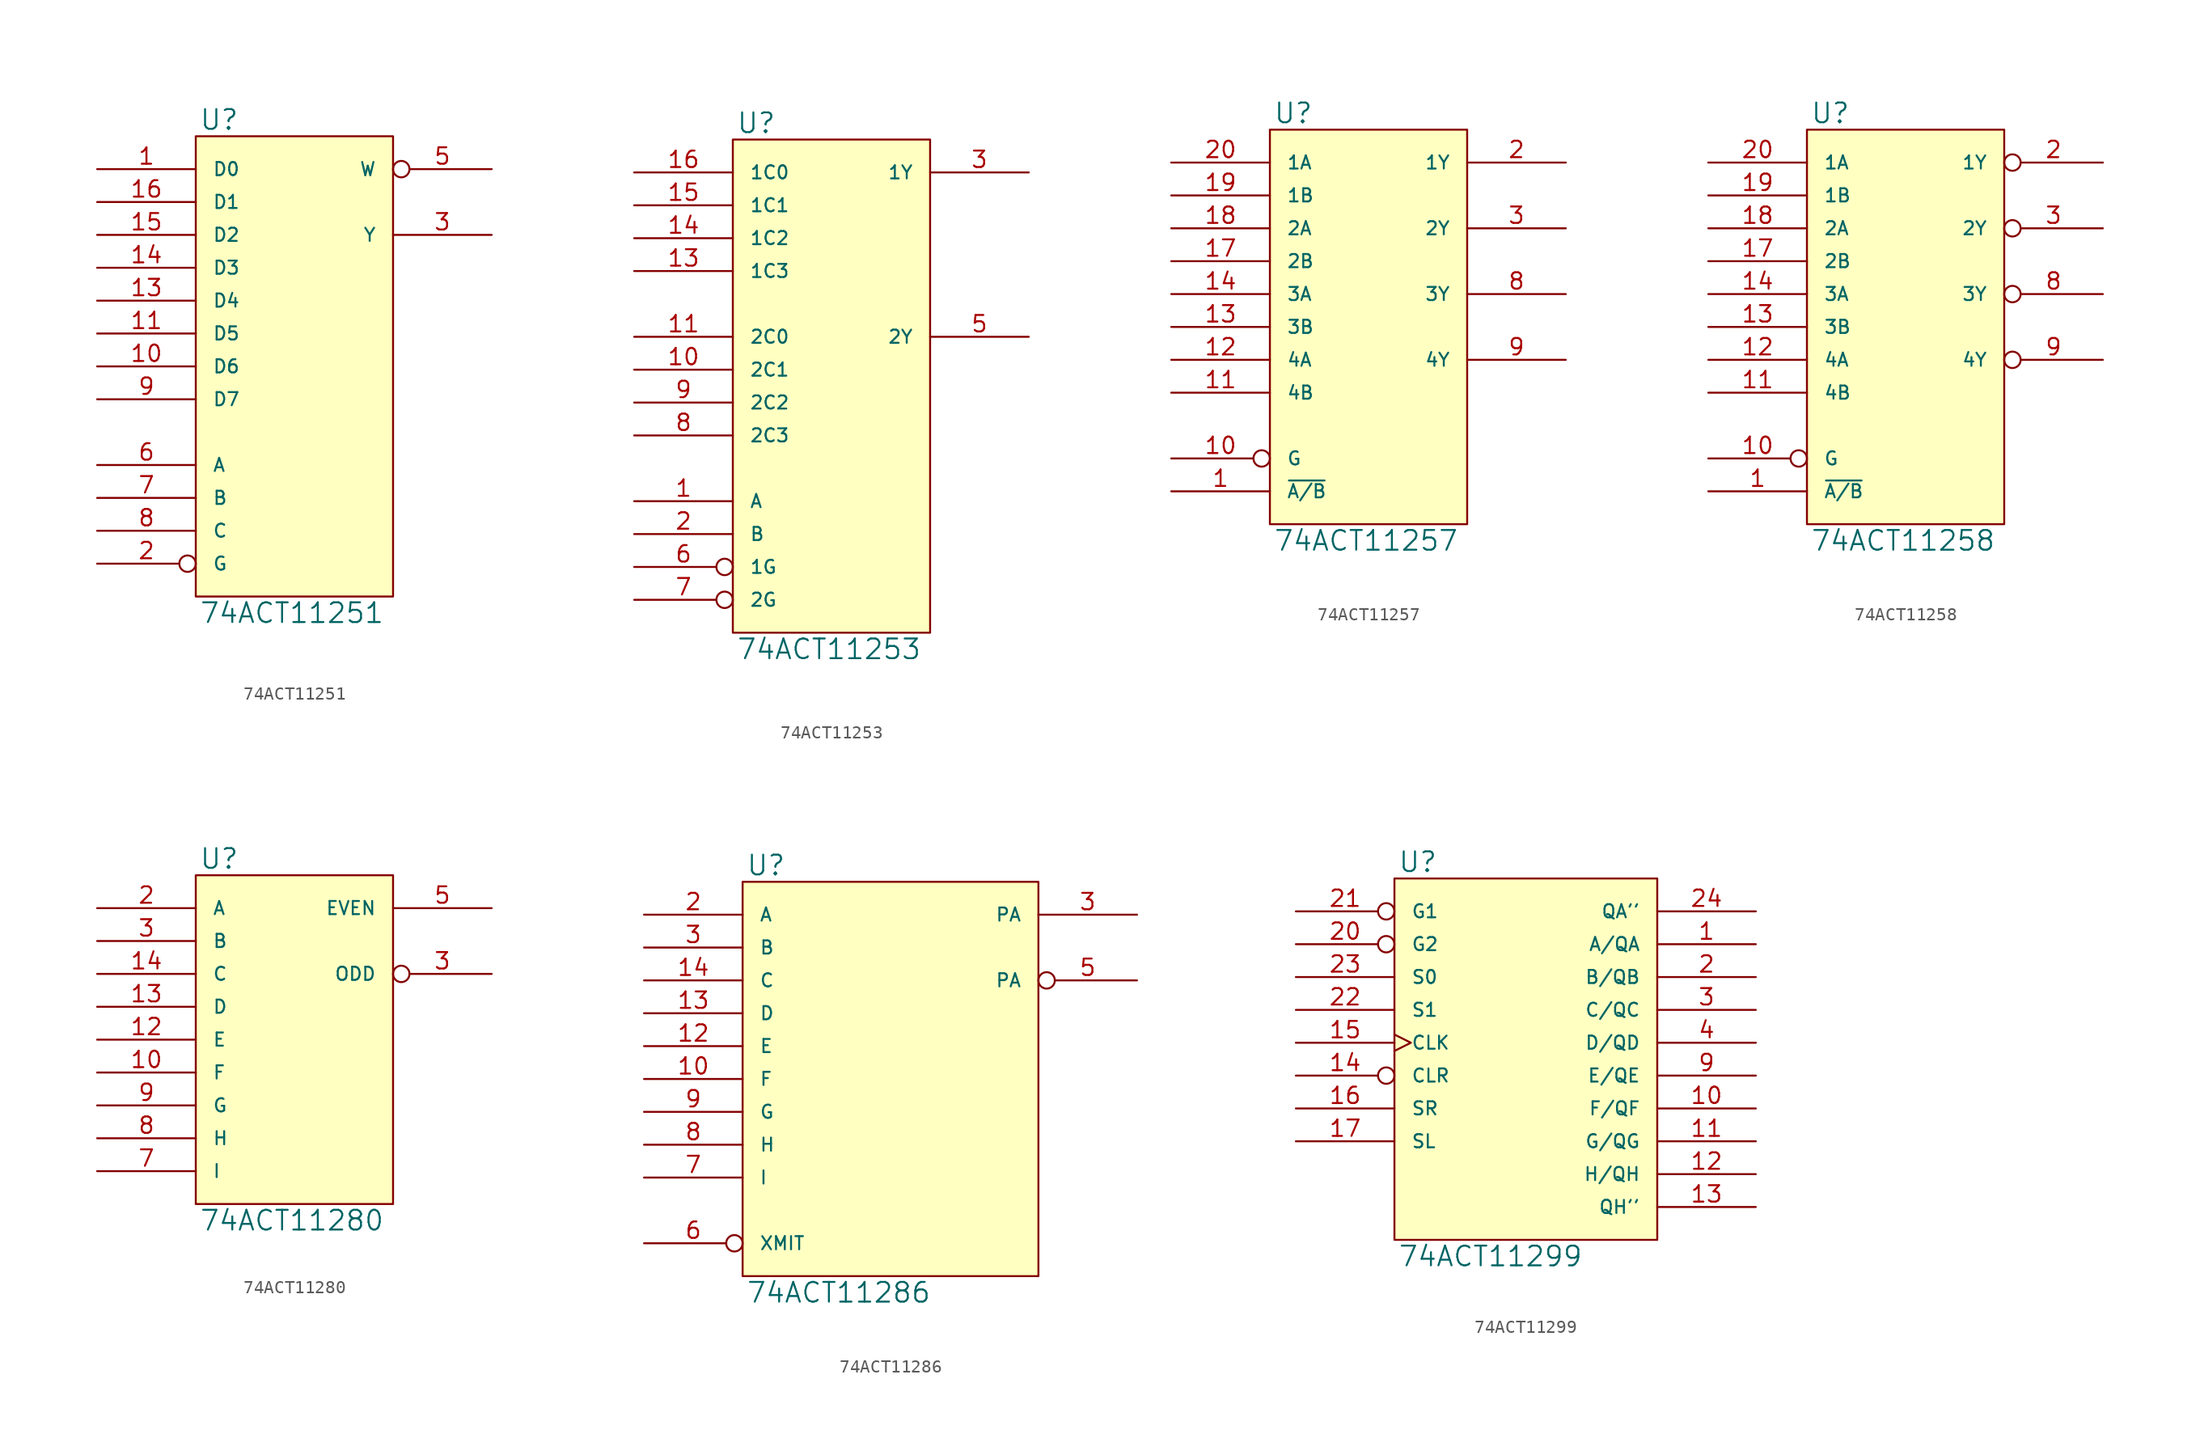
<source format=kicad_sym>
(kicad_symbol_lib
  (version 20231120)
  (generator "kicad_symbol_editor")
  (generator_version "8.0")
  (symbol "74ACT11251"
    (pin_names
      (offset 1.27))
    (property "Reference" "U"
      (at 0.254 0.381 0)
      (effects (font (size 1.524 1.524)) (justify left bottom)))
    (property "Value" "74ACT11251"
      (at 0.254 -35.941 0)
      (effects (font (size 1.524 1.524)) (justify left top)))
    (symbol "74ACT11251_0_1"
      (rectangle (start 0 0) (end 15.24 -35.56) (stroke (width 0) (type solid)) (fill (type background))))
    (symbol "74ACT11251_1_1"
      (pin input line (at -7.62 -2.54 0) (length 7.62) (name "D0" (effects (font (size 1.016 1.016)))) (number "1" (effects (font (size 1.27 1.27)))))
      (pin input line (at -7.62 -17.78 0) (length 7.62) (name "D6" (effects (font (size 1.016 1.016)))) (number "10" (effects (font (size 1.27 1.27)))))
      (pin input line (at -7.62 -15.24 0) (length 7.62) (name "D5" (effects (font (size 1.016 1.016)))) (number "11" (effects (font (size 1.27 1.27)))))
      (pin power_in line (at 0 0 270) (length 0) hide (name "VCC" (effects (font (size 1.016 1.016)))) (number "12" (effects (font (size 1.27 1.27)))))
      (pin input line (at -7.62 -12.7 0) (length 7.62) (name "D4" (effects (font (size 1.016 1.016)))) (number "13" (effects (font (size 1.27 1.27)))))
      (pin input line (at -7.62 -10.16 0) (length 7.62) (name "D3" (effects (font (size 1.016 1.016)))) (number "14" (effects (font (size 1.27 1.27)))))
      (pin input line (at -7.62 -7.62 0) (length 7.62) (name "D2" (effects (font (size 1.016 1.016)))) (number "15" (effects (font (size 1.27 1.27)))))
      (pin input line (at -7.62 -5.08 0) (length 7.62) (name "D1" (effects (font (size 1.016 1.016)))) (number "16" (effects (font (size 1.27 1.27)))))
      (pin input inverted (at -7.62 -33.02 0) (length 7.62) (name "G" (effects (font (size 1.016 1.016)))) (number "2" (effects (font (size 1.27 1.27)))))
      (pin tri_state line (at 22.86 -7.62 180) (length 7.62) (name "Y" (effects (font (size 1.016 1.016)))) (number "3" (effects (font (size 1.27 1.27)))))
      (pin power_in line (at 0 -35.56 90) (length 0) hide (name "GND" (effects (font (size 1.016 1.016)))) (number "4" (effects (font (size 1.27 1.27)))))
      (pin tri_state inverted (at 22.86 -2.54 180) (length 7.62) (name "W" (effects (font (size 1.016 1.016)))) (number "5" (effects (font (size 1.27 1.27)))))
      (pin input line (at -7.62 -25.4 0) (length 7.62) (name "A" (effects (font (size 1.016 1.016)))) (number "6" (effects (font (size 1.27 1.27)))))
      (pin input line (at -7.62 -27.94 0) (length 7.62) (name "B" (effects (font (size 1.016 1.016)))) (number "7" (effects (font (size 1.27 1.27)))))
      (pin input line (at -7.62 -30.48 0) (length 7.62) (name "C" (effects (font (size 1.016 1.016)))) (number "8" (effects (font (size 1.27 1.27)))))
      (pin input line (at -7.62 -20.32 0) (length 7.62) (name "D7" (effects (font (size 1.016 1.016)))) (number "9" (effects (font (size 1.27 1.27)))))))
  (symbol "74ACT11253"
    (pin_names
      (offset 1.27))
    (property "Reference" "U"
      (at 0.254 0.381 0)
      (effects (font (size 1.524 1.524)) (justify left bottom)))
    (property "Value" "74ACT11253"
      (at 0.254 -38.481 0)
      (effects (font (size 1.524 1.524)) (justify left top)))
    (symbol "74ACT11253_0_1"
      (rectangle (start 0 0) (end 15.24 -38.1) (stroke (width 0) (type solid)) (fill (type background))))
    (symbol "74ACT11253_1_1"
      (pin input line (at -7.62 -27.94 0) (length 7.62) (name "A" (effects (font (size 1.016 1.016)))) (number "1" (effects (font (size 1.27 1.27)))))
      (pin input line (at -7.62 -17.78 0) (length 7.62) (name "2C1" (effects (font (size 1.016 1.016)))) (number "10" (effects (font (size 1.27 1.27)))))
      (pin input line (at -7.62 -15.24 0) (length 7.62) (name "2C0" (effects (font (size 1.016 1.016)))) (number "11" (effects (font (size 1.27 1.27)))))
      (pin power_in line (at 0 0 270) (length 0) hide (name "VCC" (effects (font (size 1.016 1.016)))) (number "12" (effects (font (size 1.27 1.27)))))
      (pin input line (at -7.62 -10.16 0) (length 7.62) (name "1C3" (effects (font (size 1.016 1.016)))) (number "13" (effects (font (size 1.27 1.27)))))
      (pin input line (at -7.62 -7.62 0) (length 7.62) (name "1C2" (effects (font (size 1.016 1.016)))) (number "14" (effects (font (size 1.27 1.27)))))
      (pin input line (at -7.62 -5.08 0) (length 7.62) (name "1C1" (effects (font (size 1.016 1.016)))) (number "15" (effects (font (size 1.27 1.27)))))
      (pin input line (at -7.62 -2.54 0) (length 7.62) (name "1C0" (effects (font (size 1.016 1.016)))) (number "16" (effects (font (size 1.27 1.27)))))
      (pin input line (at -7.62 -30.48 0) (length 7.62) (name "B" (effects (font (size 1.016 1.016)))) (number "2" (effects (font (size 1.27 1.27)))))
      (pin tri_state line (at 22.86 -2.54 180) (length 7.62) (name "1Y" (effects (font (size 1.016 1.016)))) (number "3" (effects (font (size 1.27 1.27)))))
      (pin power_in line (at 0 -38.1 90) (length 0) hide (name "GND" (effects (font (size 1.016 1.016)))) (number "4" (effects (font (size 1.27 1.27)))))
      (pin tri_state line (at 22.86 -15.24 180) (length 7.62) (name "2Y" (effects (font (size 1.016 1.016)))) (number "5" (effects (font (size 1.27 1.27)))))
      (pin input inverted (at -7.62 -33.02 0) (length 7.62) (name "1G" (effects (font (size 1.016 1.016)))) (number "6" (effects (font (size 1.27 1.27)))))
      (pin input inverted (at -7.62 -35.56 0) (length 7.62) (name "2G" (effects (font (size 1.016 1.016)))) (number "7" (effects (font (size 1.27 1.27)))))
      (pin input line (at -7.62 -22.86 0) (length 7.62) (name "2C3" (effects (font (size 1.016 1.016)))) (number "8" (effects (font (size 1.27 1.27)))))
      (pin input line (at -7.62 -20.32 0) (length 7.62) (name "2C2" (effects (font (size 1.016 1.016)))) (number "9" (effects (font (size 1.27 1.27)))))))
  (symbol "74ACT11257"
    (pin_names
      (offset 1.27))
    (property "Reference" "U"
      (at 0.254 0.381 0)
      (effects (font (size 1.524 1.524)) (justify left bottom)))
    (property "Value" "74ACT11257"
      (at 0.254 -30.861 0)
      (effects (font (size 1.524 1.524)) (justify left top)))
    (symbol "74ACT11257_0_1"
      (rectangle (start 0 0) (end 15.24 -30.48) (stroke (width 0) (type solid)) (fill (type background))))
    (symbol "74ACT11257_1_1"
      (pin input line (at -7.62 -27.94 0) (length 7.62) (name "~{A/B}" (effects (font (size 1.016 1.016)))) (number "1" (effects (font (size 1.27 1.27)))))
      (pin input inverted (at -7.62 -25.4 0) (length 7.62) (name "G" (effects (font (size 1.016 1.016)))) (number "10" (effects (font (size 1.27 1.27)))))
      (pin input line (at -7.62 -20.32 0) (length 7.62) (name "4B" (effects (font (size 1.016 1.016)))) (number "11" (effects (font (size 1.27 1.27)))))
      (pin input line (at -7.62 -17.78 0) (length 7.62) (name "4A" (effects (font (size 1.016 1.016)))) (number "12" (effects (font (size 1.27 1.27)))))
      (pin input line (at -7.62 -15.24 0) (length 7.62) (name "3B" (effects (font (size 1.016 1.016)))) (number "13" (effects (font (size 1.27 1.27)))))
      (pin input line (at -7.62 -12.7 0) (length 7.62) (name "3A" (effects (font (size 1.016 1.016)))) (number "14" (effects (font (size 1.27 1.27)))))
      (pin power_in line (at 2.54 0 270) (length 0) hide (name "VCC" (effects (font (size 1.016 1.016)))) (number "15" (effects (font (size 1.27 1.27)))))
      (pin power_in line (at 0 0 270) (length 0) hide (name "VCC" (effects (font (size 1.016 1.016)))) (number "16" (effects (font (size 1.27 1.27)))))
      (pin input line (at -7.62 -10.16 0) (length 7.62) (name "2B" (effects (font (size 1.016 1.016)))) (number "17" (effects (font (size 1.27 1.27)))))
      (pin input line (at -7.62 -7.62 0) (length 7.62) (name "2A" (effects (font (size 1.016 1.016)))) (number "18" (effects (font (size 1.27 1.27)))))
      (pin input line (at -7.62 -5.08 0) (length 7.62) (name "1B" (effects (font (size 1.016 1.016)))) (number "19" (effects (font (size 1.27 1.27)))))
      (pin tri_state line (at 22.86 -2.54 180) (length 7.62) (name "1Y" (effects (font (size 1.016 1.016)))) (number "2" (effects (font (size 1.27 1.27)))))
      (pin input line (at -7.62 -2.54 0) (length 7.62) (name "1A" (effects (font (size 1.016 1.016)))) (number "20" (effects (font (size 1.27 1.27)))))
      (pin tri_state line (at 22.86 -7.62 180) (length 7.62) (name "2Y" (effects (font (size 1.016 1.016)))) (number "3" (effects (font (size 1.27 1.27)))))
      (pin power_in line (at 0 -30.48 90) (length 0) hide (name "GND" (effects (font (size 1.016 1.016)))) (number "4" (effects (font (size 1.27 1.27)))))
      (pin power_in line (at 2.54 -30.48 90) (length 0) hide (name "GND" (effects (font (size 1.016 1.016)))) (number "5" (effects (font (size 1.27 1.27)))))
      (pin power_in line (at 5.08 -30.48 90) (length 0) hide (name "GND" (effects (font (size 1.016 1.016)))) (number "6" (effects (font (size 1.27 1.27)))))
      (pin power_in line (at 7.62 -30.48 90) (length 0) hide (name "GND" (effects (font (size 1.016 1.016)))) (number "7" (effects (font (size 1.27 1.27)))))
      (pin tri_state line (at 22.86 -12.7 180) (length 7.62) (name "3Y" (effects (font (size 1.016 1.016)))) (number "8" (effects (font (size 1.27 1.27)))))
      (pin tri_state line (at 22.86 -17.78 180) (length 7.62) (name "4Y" (effects (font (size 1.016 1.016)))) (number "9" (effects (font (size 1.27 1.27)))))))
  (symbol "74ACT11258"
    (pin_names
      (offset 1.27))
    (property "Reference" "U"
      (at 0.254 0.381 0)
      (effects (font (size 1.524 1.524)) (justify left bottom)))
    (property "Value" "74ACT11258"
      (at 0.254 -30.861 0)
      (effects (font (size 1.524 1.524)) (justify left top)))
    (symbol "74ACT11258_0_1"
      (rectangle (start 0 0) (end 15.24 -30.48) (stroke (width 0) (type solid)) (fill (type background))))
    (symbol "74ACT11258_1_1"
      (pin input line (at -7.62 -27.94 0) (length 7.62) (name "~{A/B}" (effects (font (size 1.016 1.016)))) (number "1" (effects (font (size 1.27 1.27)))))
      (pin input inverted (at -7.62 -25.4 0) (length 7.62) (name "G" (effects (font (size 1.016 1.016)))) (number "10" (effects (font (size 1.27 1.27)))))
      (pin input line (at -7.62 -20.32 0) (length 7.62) (name "4B" (effects (font (size 1.016 1.016)))) (number "11" (effects (font (size 1.27 1.27)))))
      (pin input line (at -7.62 -17.78 0) (length 7.62) (name "4A" (effects (font (size 1.016 1.016)))) (number "12" (effects (font (size 1.27 1.27)))))
      (pin input line (at -7.62 -15.24 0) (length 7.62) (name "3B" (effects (font (size 1.016 1.016)))) (number "13" (effects (font (size 1.27 1.27)))))
      (pin input line (at -7.62 -12.7 0) (length 7.62) (name "3A" (effects (font (size 1.016 1.016)))) (number "14" (effects (font (size 1.27 1.27)))))
      (pin power_in line (at 2.54 0 270) (length 0) hide (name "VCC" (effects (font (size 1.016 1.016)))) (number "15" (effects (font (size 1.27 1.27)))))
      (pin power_in line (at 0 0 270) (length 0) hide (name "VCC" (effects (font (size 1.016 1.016)))) (number "16" (effects (font (size 1.27 1.27)))))
      (pin input line (at -7.62 -10.16 0) (length 7.62) (name "2B" (effects (font (size 1.016 1.016)))) (number "17" (effects (font (size 1.27 1.27)))))
      (pin input line (at -7.62 -7.62 0) (length 7.62) (name "2A" (effects (font (size 1.016 1.016)))) (number "18" (effects (font (size 1.27 1.27)))))
      (pin input line (at -7.62 -5.08 0) (length 7.62) (name "1B" (effects (font (size 1.016 1.016)))) (number "19" (effects (font (size 1.27 1.27)))))
      (pin tri_state inverted (at 22.86 -2.54 180) (length 7.62) (name "1Y" (effects (font (size 1.016 1.016)))) (number "2" (effects (font (size 1.27 1.27)))))
      (pin input line (at -7.62 -2.54 0) (length 7.62) (name "1A" (effects (font (size 1.016 1.016)))) (number "20" (effects (font (size 1.27 1.27)))))
      (pin tri_state inverted (at 22.86 -7.62 180) (length 7.62) (name "2Y" (effects (font (size 1.016 1.016)))) (number "3" (effects (font (size 1.27 1.27)))))
      (pin power_in line (at 0 -30.48 90) (length 0) hide (name "GND" (effects (font (size 1.016 1.016)))) (number "4" (effects (font (size 1.27 1.27)))))
      (pin power_in line (at 2.54 -30.48 90) (length 0) hide (name "GND" (effects (font (size 1.016 1.016)))) (number "5" (effects (font (size 1.27 1.27)))))
      (pin power_in line (at 5.08 -30.48 90) (length 0) hide (name "GND" (effects (font (size 1.016 1.016)))) (number "6" (effects (font (size 1.27 1.27)))))
      (pin power_in line (at 7.62 -30.48 90) (length 0) hide (name "GND" (effects (font (size 1.016 1.016)))) (number "7" (effects (font (size 1.27 1.27)))))
      (pin tri_state inverted (at 22.86 -12.7 180) (length 7.62) (name "3Y" (effects (font (size 1.016 1.016)))) (number "8" (effects (font (size 1.27 1.27)))))
      (pin tri_state inverted (at 22.86 -17.78 180) (length 7.62) (name "4Y" (effects (font (size 1.016 1.016)))) (number "9" (effects (font (size 1.27 1.27)))))))
  (symbol "74ACT11280"
    (pin_names
      (offset 1.27))
    (property "Reference" "U"
      (at 0.254 0.381 0)
      (effects (font (size 1.524 1.524)) (justify left bottom)))
    (property "Value" "74ACT11280"
      (at 0.254 -25.781 0)
      (effects (font (size 1.524 1.524)) (justify left top)))
    (symbol "74ACT11280_0_1"
      (rectangle (start 0 0) (end 15.24 -25.4) (stroke (width 0) (type solid)) (fill (type background))))
    (symbol "74ACT11280_1_1"
      (pin input line (at -7.62 -15.24 0) (length 7.62) (name "F" (effects (font (size 1.016 1.016)))) (number "10" (effects (font (size 1.27 1.27)))))
      (pin power_in line (at 0 0 270) (length 0) hide (name "VCC" (effects (font (size 1.016 1.016)))) (number "11" (effects (font (size 1.27 1.27)))))
      (pin input line (at -7.62 -12.7 0) (length 7.62) (name "E" (effects (font (size 1.016 1.016)))) (number "12" (effects (font (size 1.27 1.27)))))
      (pin input line (at -7.62 -10.16 0) (length 7.62) (name "D" (effects (font (size 1.016 1.016)))) (number "13" (effects (font (size 1.27 1.27)))))
      (pin input line (at -7.62 -7.62 0) (length 7.62) (name "C" (effects (font (size 1.016 1.016)))) (number "14" (effects (font (size 1.27 1.27)))))
      (pin input line (at -7.62 -2.54 0) (length 7.62) (name "A" (effects (font (size 1.016 1.016)))) (number "2" (effects (font (size 1.27 1.27)))))
      (pin input line (at -7.62 -5.08 0) (length 7.62) (name "B" (effects (font (size 1.016 1.016)))) (number "3" (effects (font (size 1.27 1.27)))))
      (pin output inverted (at 22.86 -7.62 180) (length 7.62) (name "ODD" (effects (font (size 1.016 1.016)))) (number "3" (effects (font (size 1.27 1.27)))))
      (pin power_in line (at 0 -25.4 90) (length 0) hide (name "GND" (effects (font (size 1.016 1.016)))) (number "4" (effects (font (size 1.27 1.27)))))
      (pin output line (at 22.86 -2.54 180) (length 7.62) (name "EVEN" (effects (font (size 1.016 1.016)))) (number "5" (effects (font (size 1.27 1.27)))))
      (pin input line (at -7.62 -22.86 0) (length 7.62) (name "I" (effects (font (size 1.016 1.016)))) (number "7" (effects (font (size 1.27 1.27)))))
      (pin input line (at -7.62 -20.32 0) (length 7.62) (name "H" (effects (font (size 1.016 1.016)))) (number "8" (effects (font (size 1.27 1.27)))))
      (pin input line (at -7.62 -17.78 0) (length 7.62) (name "G" (effects (font (size 1.016 1.016)))) (number "9" (effects (font (size 1.27 1.27)))))))
  (symbol "74ACT11286"
    (pin_names
      (offset 1.27))
    (property "Reference" "U"
      (at 0.254 0.381 0)
      (effects (font (size 1.524 1.524)) (justify left bottom)))
    (property "Value" "74ACT11286"
      (at 0.254 -30.861 0)
      (effects (font (size 1.524 1.524)) (justify left top)))
    (symbol "74ACT11286_0_1"
      (rectangle (start 0 0) (end 22.86 -30.48) (stroke (width 0) (type solid)) (fill (type background))))
    (symbol "74ACT11286_1_1"
      (pin input line (at -7.62 -15.24 0) (length 7.62) (name "F" (effects (font (size 1.016 1.016)))) (number "10" (effects (font (size 1.27 1.27)))))
      (pin power_in line (at 0 0 270) (length 0) hide (name "VCC" (effects (font (size 1.016 1.016)))) (number "11" (effects (font (size 1.27 1.27)))))
      (pin input line (at -7.62 -12.7 0) (length 7.62) (name "E" (effects (font (size 1.016 1.016)))) (number "12" (effects (font (size 1.27 1.27)))))
      (pin input line (at -7.62 -10.16 0) (length 7.62) (name "D" (effects (font (size 1.016 1.016)))) (number "13" (effects (font (size 1.27 1.27)))))
      (pin input line (at -7.62 -7.62 0) (length 7.62) (name "C" (effects (font (size 1.016 1.016)))) (number "14" (effects (font (size 1.27 1.27)))))
      (pin input line (at -7.62 -2.54 0) (length 7.62) (name "A" (effects (font (size 1.016 1.016)))) (number "2" (effects (font (size 1.27 1.27)))))
      (pin input line (at -7.62 -5.08 0) (length 7.62) (name "B" (effects (font (size 1.016 1.016)))) (number "3" (effects (font (size 1.27 1.27)))))
      (pin bidirectional line (at 30.48 -2.54 180) (length 7.62) (name "PA" (effects (font (size 1.016 1.016)))) (number "3" (effects (font (size 1.27 1.27)))))
      (pin power_in line (at 0 -30.48 90) (length 0) hide (name "GND" (effects (font (size 1.016 1.016)))) (number "4" (effects (font (size 1.27 1.27)))))
      (pin output inverted (at 30.48 -7.62 180) (length 7.62) (name "PA" (effects (font (size 1.016 1.016)))) (number "5" (effects (font (size 1.27 1.27)))))
      (pin input inverted (at -7.62 -27.94 0) (length 7.62) (name "XMIT" (effects (font (size 1.016 1.016)))) (number "6" (effects (font (size 1.27 1.27)))))
      (pin input line (at -7.62 -22.86 0) (length 7.62) (name "I" (effects (font (size 1.016 1.016)))) (number "7" (effects (font (size 1.27 1.27)))))
      (pin input line (at -7.62 -20.32 0) (length 7.62) (name "H" (effects (font (size 1.016 1.016)))) (number "8" (effects (font (size 1.27 1.27)))))
      (pin input line (at -7.62 -17.78 0) (length 7.62) (name "G" (effects (font (size 1.016 1.016)))) (number "9" (effects (font (size 1.27 1.27)))))))
  (symbol "74ACT11299"
    (pin_names
      (offset 1.27))
    (property "Reference" "U"
      (at 0.254 0.381 0)
      (effects (font (size 1.524 1.524)) (justify left bottom)))
    (property "Value" "74ACT11299"
      (at 0.254 -28.321 0)
      (effects (font (size 1.524 1.524)) (justify left top)))
    (symbol "74ACT11299_0_1"
      (rectangle (start 0 0) (end 20.32 -27.94) (stroke (width 0) (type solid)) (fill (type background))))
    (symbol "74ACT11299_1_1"
      (pin bidirectional line (at 27.94 -5.08 180) (length 7.62) (name "A/QA" (effects (font (size 1.016 1.016)))) (number "1" (effects (font (size 1.27 1.27)))))
      (pin bidirectional line (at 27.94 -17.78 180) (length 7.62) (name "F/QF" (effects (font (size 1.016 1.016)))) (number "10" (effects (font (size 1.27 1.27)))))
      (pin bidirectional line (at 27.94 -20.32 180) (length 7.62) (name "G/QG" (effects (font (size 1.016 1.016)))) (number "11" (effects (font (size 1.27 1.27)))))
      (pin bidirectional line (at 27.94 -22.86 180) (length 7.62) (name "H/QH" (effects (font (size 1.016 1.016)))) (number "12" (effects (font (size 1.27 1.27)))))
      (pin output line (at 27.94 -25.4 180) (length 7.62) (name "QH''" (effects (font (size 1.016 1.016)))) (number "13" (effects (font (size 1.27 1.27)))))
      (pin input inverted (at -7.62 -15.24 0) (length 7.62) (name "CLR" (effects (font (size 1.016 1.016)))) (number "14" (effects (font (size 1.27 1.27)))))
      (pin input clock (at -7.62 -12.7 0) (length 7.62) (name "CLK" (effects (font (size 1.016 1.016)))) (number "15" (effects (font (size 1.27 1.27)))))
      (pin input line (at -7.62 -17.78 0) (length 7.62) (name "SR" (effects (font (size 1.016 1.016)))) (number "16" (effects (font (size 1.27 1.27)))))
      (pin input line (at -7.62 -20.32 0) (length 7.62) (name "SL" (effects (font (size 1.016 1.016)))) (number "17" (effects (font (size 1.27 1.27)))))
      (pin power_in line (at 2.54 0 270) (length 0) hide (name "VCC" (effects (font (size 1.016 1.016)))) (number "18" (effects (font (size 1.27 1.27)))))
      (pin power_in line (at 0 0 270) (length 0) hide (name "VCC" (effects (font (size 1.016 1.016)))) (number "19" (effects (font (size 1.27 1.27)))))
      (pin bidirectional line (at 27.94 -7.62 180) (length 7.62) (name "B/QB" (effects (font (size 1.016 1.016)))) (number "2" (effects (font (size 1.27 1.27)))))
      (pin input inverted (at -7.62 -5.08 0) (length 7.62) (name "G2" (effects (font (size 1.016 1.016)))) (number "20" (effects (font (size 1.27 1.27)))))
      (pin input inverted (at -7.62 -2.54 0) (length 7.62) (name "G1" (effects (font (size 1.016 1.016)))) (number "21" (effects (font (size 1.27 1.27)))))
      (pin input line (at -7.62 -10.16 0) (length 7.62) (name "S1" (effects (font (size 1.016 1.016)))) (number "22" (effects (font (size 1.27 1.27)))))
      (pin input line (at -7.62 -7.62 0) (length 7.62) (name "S0" (effects (font (size 1.016 1.016)))) (number "23" (effects (font (size 1.27 1.27)))))
      (pin output line (at 27.94 -2.54 180) (length 7.62) (name "QA''" (effects (font (size 1.016 1.016)))) (number "24" (effects (font (size 1.27 1.27)))))
      (pin bidirectional line (at 27.94 -10.16 180) (length 7.62) (name "C/QC" (effects (font (size 1.016 1.016)))) (number "3" (effects (font (size 1.27 1.27)))))
      (pin bidirectional line (at 27.94 -12.7 180) (length 7.62) (name "D/QD" (effects (font (size 1.016 1.016)))) (number "4" (effects (font (size 1.27 1.27)))))
      (pin power_in line (at 0 -27.94 90) (length 0) hide (name "GND" (effects (font (size 1.016 1.016)))) (number "5" (effects (font (size 1.27 1.27)))))
      (pin power_in line (at 2.54 -27.94 90) (length 0) hide (name "GND" (effects (font (size 1.016 1.016)))) (number "6" (effects (font (size 1.27 1.27)))))
      (pin power_in line (at 5.08 -27.94 90) (length 0) hide (name "GND" (effects (font (size 1.016 1.016)))) (number "7" (effects (font (size 1.27 1.27)))))
      (pin power_in line (at 7.62 -27.94 90) (length 0) hide (name "GND" (effects (font (size 1.016 1.016)))) (number "8" (effects (font (size 1.27 1.27)))))
      (pin bidirectional line (at 27.94 -15.24 180) (length 7.62) (name "E/QE" (effects (font (size 1.016 1.016)))) (number "9" (effects (font (size 1.27 1.27))))))))
</source>
